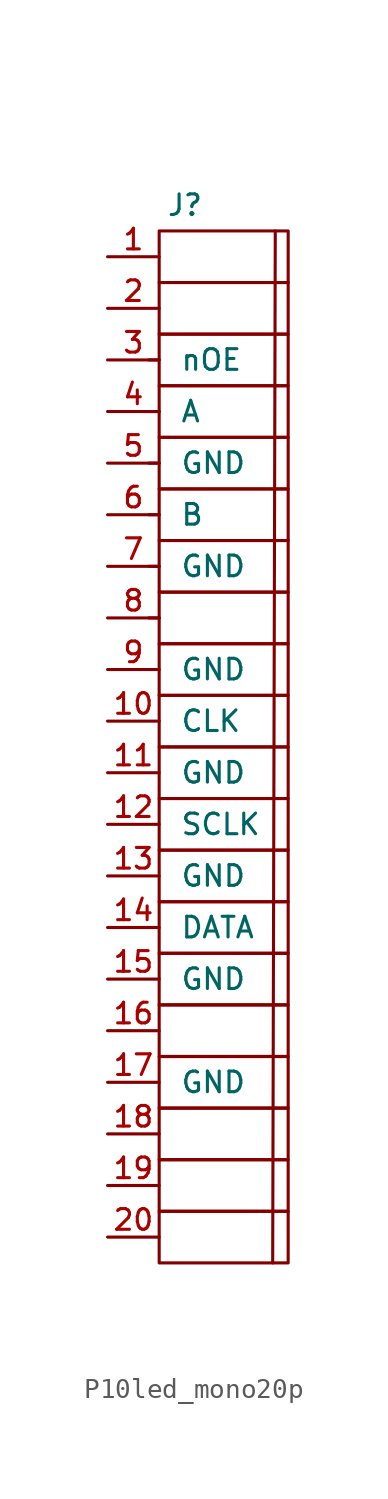
<source format=kicad_sym>
(kicad_symbol_lib
  (version 20231120)
  (generator "kicad_symbol_editor")
  (generator_version "8.0")
  (symbol "P10led_mono20p"
    (pin_names
      (offset 1.016))
    (property "Reference" "J"
      (at -1.27 2.54 0)
      (effects (font (size 1.016 1.016))))
    (symbol "P10led_mono20p_0_1"
      (rectangle (start -2.54 -46.99) (end 3.81 -49.53) (stroke (width 0) (type default)) (fill (type none)))
      (rectangle (start -2.54 -44.45) (end 3.81 -46.99) (stroke (width 0) (type default)) (fill (type none)))
      (rectangle (start -2.54 -41.91) (end 3.81 -44.45) (stroke (width 0) (type default)) (fill (type none)))
      (rectangle (start -2.54 -39.37) (end 3.81 -41.91) (stroke (width 0) (type default)) (fill (type none)))
      (rectangle (start -2.54 -36.83) (end 3.81 -39.37) (stroke (width 0) (type default)) (fill (type none)))
      (rectangle (start -2.54 -34.29) (end 3.81 -36.83) (stroke (width 0) (type default)) (fill (type none)))
      (rectangle (start -2.54 -31.75) (end 3.81 -34.29) (stroke (width 0) (type default)) (fill (type none)))
      (rectangle (start -2.54 -29.21) (end 3.81 -31.75) (stroke (width 0) (type default)) (fill (type none)))
      (rectangle (start -2.54 -26.67) (end 3.81 -29.21) (stroke (width 0) (type default)) (fill (type none)))
      (rectangle (start -2.54 -24.13) (end 3.81 -26.67) (stroke (width 0) (type default)) (fill (type none)))
      (rectangle (start -2.54 -21.59) (end 3.81 -24.13) (stroke (width 0) (type default)) (fill (type none)))
      (rectangle (start -2.54 -19.05) (end 3.81 -21.59) (stroke (width 0) (type default)) (fill (type none)))
      (rectangle (start -2.54 -16.51) (end 3.81 -19.05) (stroke (width 0) (type default)) (fill (type none)))
      (rectangle (start -2.54 -13.97) (end 3.81 -16.51) (stroke (width 0) (type default)) (fill (type none)))
      (rectangle (start -2.54 -11.43) (end 3.81 -13.97) (stroke (width 0) (type default)) (fill (type none)))
      (rectangle (start -2.54 -8.89) (end 3.81 -11.43) (stroke (width 0) (type default)) (fill (type none)))
      (rectangle (start -2.54 -6.35) (end 3.81 -8.89) (stroke (width 0) (type default)) (fill (type none)))
      (rectangle (start -2.54 -3.81) (end 3.81 -6.35) (stroke (width 0) (type default)) (fill (type none)))
      (rectangle (start -2.54 -1.27) (end 3.81 -3.81) (stroke (width 0) (type default)) (fill (type none)))
      (rectangle (start -2.54 1.27) (end 3.81 -1.27) (stroke (width 0) (type default)) (fill (type none)))
      (polyline (pts (xy -3.048 -17.78) (xy -2.54 -17.78)) (stroke (width 0) (type default)) (fill (type none)))
      (polyline (pts (xy -3.048 -15.24) (xy -2.54 -15.24)) (stroke (width 0) (type default)) (fill (type none)))
      (polyline (pts (xy -3.048 -12.7) (xy -2.54 -12.7)) (stroke (width 0) (type default)) (fill (type none)))
      (polyline (pts (xy -3.048 -10.16) (xy -2.54 -10.16)) (stroke (width 0) (type default)) (fill (type none)))
      (polyline (pts (xy -3.048 -7.62) (xy -2.54 -7.62)) (stroke (width 0) (type default)) (fill (type none)))
      (polyline (pts (xy -3.048 -5.08) (xy -2.54 -5.08)) (stroke (width 0) (type default)) (fill (type none)))
      (polyline (pts (xy 3.175 1.27) (xy 3.048 -49.53)) (stroke (width 0) (type default)) (fill (type none))))
    (symbol "P10led_mono20p_1_1"
      (pin bidirectional line (at -5.08 0 0) (length 2.54) (name "~" (effects (font (size 1.016 1.016)))) (number "1" (effects (font (size 1.016 1.016)))))
      (pin bidirectional line (at -5.08 -22.86 0) (length 2.54) (name "CLK" (effects (font (size 1.016 1.016)))) (number "10" (effects (font (size 1.016 1.016)))))
      (pin bidirectional line (at -5.08 -25.4 0) (length 2.54) (name "GND" (effects (font (size 1.016 1.016)))) (number "11" (effects (font (size 1.016 1.016)))))
      (pin bidirectional line (at -5.08 -27.94 0) (length 2.54) (name "SCLK" (effects (font (size 1.016 1.016)))) (number "12" (effects (font (size 1.016 1.016)))))
      (pin bidirectional line (at -5.08 -30.48 0) (length 2.54) (name "GND" (effects (font (size 1.016 1.016)))) (number "13" (effects (font (size 1.016 1.016)))))
      (pin bidirectional line (at -5.08 -33.02 0) (length 2.54) (name "DATA" (effects (font (size 1.016 1.016)))) (number "14" (effects (font (size 1.016 1.016)))))
      (pin bidirectional line (at -5.08 -35.56 0) (length 2.54) (name "GND" (effects (font (size 1.016 1.016)))) (number "15" (effects (font (size 1.016 1.016)))))
      (pin bidirectional line (at -5.08 -38.1 0) (length 2.54) (name "~" (effects (font (size 1.016 1.016)))) (number "16" (effects (font (size 1.016 1.016)))))
      (pin bidirectional line (at -5.08 -40.64 0) (length 2.54) (name "GND" (effects (font (size 1.016 1.016)))) (number "17" (effects (font (size 1.016 1.016)))))
      (pin bidirectional line (at -5.08 -43.18 0) (length 2.54) (name "~" (effects (font (size 1.016 1.016)))) (number "18" (effects (font (size 1.016 1.016)))))
      (pin bidirectional line (at -5.08 -45.72 0) (length 2.54) (name "~" (effects (font (size 1.016 1.016)))) (number "19" (effects (font (size 1.016 1.016)))))
      (pin bidirectional line (at -5.08 -2.54 0) (length 2.54) (name "~" (effects (font (size 1.016 1.016)))) (number "2" (effects (font (size 1.016 1.016)))))
      (pin bidirectional line (at -5.08 -48.26 0) (length 2.54) (name "~" (effects (font (size 1.016 1.016)))) (number "20" (effects (font (size 1.016 1.016)))))
      (pin bidirectional line (at -5.08 -5.08 0) (length 2.54) (name "nOE" (effects (font (size 1.016 1.016)))) (number "3" (effects (font (size 1.016 1.016)))))
      (pin bidirectional line (at -5.08 -7.62 0) (length 2.54) (name "A" (effects (font (size 1.016 1.016)))) (number "4" (effects (font (size 1.016 1.016)))))
      (pin bidirectional line (at -5.08 -10.16 0) (length 2.54) (name "GND" (effects (font (size 1.016 1.016)))) (number "5" (effects (font (size 1.016 1.016)))))
      (pin bidirectional line (at -5.08 -12.7 0) (length 2.54) (name "B" (effects (font (size 1.016 1.016)))) (number "6" (effects (font (size 1.016 1.016)))))
      (pin bidirectional line (at -5.08 -15.24 0) (length 2.54) (name "GND" (effects (font (size 1.016 1.016)))) (number "7" (effects (font (size 1.016 1.016)))))
      (pin bidirectional line (at -5.08 -17.78 0) (length 2.54) (name "~" (effects (font (size 1.016 1.016)))) (number "8" (effects (font (size 1.016 1.016)))))
      (pin bidirectional line (at -5.08 -20.32 0) (length 2.54) (name "GND" (effects (font (size 1.016 1.016)))) (number "9" (effects (font (size 1.016 1.016))))))))
</source>
